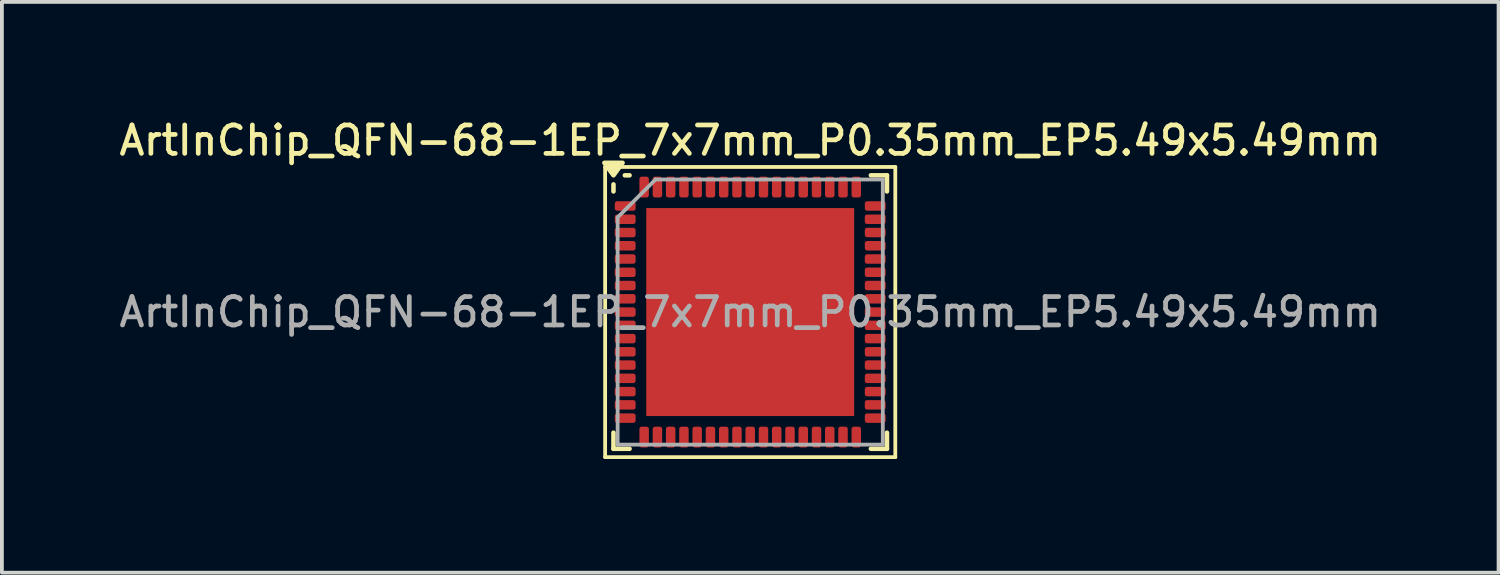
<source format=kicad_pcb>
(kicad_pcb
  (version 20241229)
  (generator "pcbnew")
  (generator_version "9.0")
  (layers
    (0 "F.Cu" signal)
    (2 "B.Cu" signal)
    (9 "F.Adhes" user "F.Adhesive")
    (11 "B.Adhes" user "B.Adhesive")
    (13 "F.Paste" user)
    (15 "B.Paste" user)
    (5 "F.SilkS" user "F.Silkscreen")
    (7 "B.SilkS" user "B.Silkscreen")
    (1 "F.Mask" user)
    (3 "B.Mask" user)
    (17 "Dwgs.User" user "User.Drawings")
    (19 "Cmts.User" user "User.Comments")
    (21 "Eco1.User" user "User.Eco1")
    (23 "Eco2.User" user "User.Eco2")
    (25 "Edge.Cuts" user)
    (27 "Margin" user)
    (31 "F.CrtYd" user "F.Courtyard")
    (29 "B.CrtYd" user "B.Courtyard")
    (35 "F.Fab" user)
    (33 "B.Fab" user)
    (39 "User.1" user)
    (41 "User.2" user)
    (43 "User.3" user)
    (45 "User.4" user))
  (footprint "ArtInChip_QFN-68-1EP_7x7mm_P0.35mm_EP5.49x5.49mm"
    (layer "F.Cu")
    (at 16.755 5.188)
    (property "Reference" "ArtInChip_QFN-68-1EP_7x7mm_P0.35mm_EP5.49x5.49mm" (at 0 -4.53 0) (layer "F.SilkS") (effects (font (size 0.75 0.75) (thickness 0.125))))
    (attr smd)
    (fp_line (start -3.83 -3.83) (end -3.83 3.83) (stroke (width 0.1) (type solid)) (layer "F.SilkS"))
    (fp_line (start -3.83 3.83) (end 3.83 3.83) (stroke (width 0.1) (type solid)) (layer "F.SilkS"))
    (fp_line (start -3.61 -3.185) (end -3.61 -3.37) (stroke (width 0.12) (type solid)) (layer "F.SilkS"))
    (fp_line (start -3.61 3.61) (end -3.61 3.185) (stroke (width 0.12) (type solid)) (layer "F.SilkS"))
    (fp_line (start -3.185 -3.61) (end -3.31 -3.61) (stroke (width 0.12) (type solid)) (layer "F.SilkS"))
    (fp_line (start -3.185 3.61) (end -3.61 3.61) (stroke (width 0.12) (type solid)) (layer "F.SilkS"))
    (fp_line (start 3.185 -3.61) (end 3.61 -3.61) (stroke (width 0.12) (type solid)) (layer "F.SilkS"))
    (fp_line (start 3.185 3.61) (end 3.61 3.61) (stroke (width 0.12) (type solid)) (layer "F.SilkS"))
    (fp_line (start 3.61 -3.61) (end 3.61 -3.185) (stroke (width 0.12) (type solid)) (layer "F.SilkS"))
    (fp_line (start 3.61 3.61) (end 3.61 3.185) (stroke (width 0.12) (type solid)) (layer "F.SilkS"))
    (fp_line (start 3.83 -3.83) (end -3.83 -3.83) (stroke (width 0.1) (type solid)) (layer "F.SilkS"))
    (fp_line (start 3.83 3.83) (end 3.83 -3.83) (stroke (width 0.1) (type solid)) (layer "F.SilkS"))
    (fp_poly (pts (xy -3.61 -3.61) (xy -3.85 -3.94) (xy -3.37 -3.94) (xy -3.61 -3.61)) (stroke (width 0.12) (type solid)) (fill yes) (layer "F.SilkS"))
    (fp_line (start -3.5 -2.5) (end -2.5 -3.5) (stroke (width 0.1) (type solid)) (layer "F.Fab"))
    (fp_line (start -3.5 3.5) (end -3.5 -2.5) (stroke (width 0.1) (type solid)) (layer "F.Fab"))
    (fp_line (start -2.5 -3.5) (end 3.5 -3.5) (stroke (width 0.1) (type solid)) (layer "F.Fab"))
    (fp_line (start 3.5 -3.5) (end 3.5 3.5) (stroke (width 0.1) (type solid)) (layer "F.Fab"))
    (fp_line (start 3.5 3.5) (end -3.5 3.5) (stroke (width 0.1) (type solid)) (layer "F.Fab"))
    (fp_text user "${REFERENCE}" (at 0 0 0) (layer "F.Fab") (effects (font (size 0.75 0.75) (thickness 0.125))))
    (pad "" smd roundrect (at -1.83 -1.83) (size 1.48 1.48) (layers "F.Paste") (roundrect_rratio 0.169))
    (pad "" smd roundrect (at -1.83 0) (size 1.48 1.48) (layers "F.Paste") (roundrect_rratio 0.169))
    (pad "" smd roundrect (at -1.83 1.83) (size 1.48 1.48) (layers "F.Paste") (roundrect_rratio 0.169))
    (pad "" smd roundrect (at 0 -1.83) (size 1.48 1.48) (layers "F.Paste") (roundrect_rratio 0.169))
    (pad "" smd roundrect (at 0 0) (size 1.48 1.48) (layers "F.Paste") (roundrect_rratio 0.169))
    (pad "" smd roundrect (at 0 1.83) (size 1.48 1.48) (layers "F.Paste") (roundrect_rratio 0.169))
    (pad "" smd roundrect (at 1.83 -1.83) (size 1.48 1.48) (layers "F.Paste") (roundrect_rratio 0.169))
    (pad "" smd roundrect (at 1.83 0) (size 1.48 1.48) (layers "F.Paste") (roundrect_rratio 0.169))
    (pad "" smd roundrect (at 1.83 1.83) (size 1.48 1.48) (layers "F.Paste") (roundrect_rratio 0.169))
    (pad "1" smd roundrect (at -3.3 -2.8) (size 0.55 0.25) (layers "F.Cu" "F.Mask" "F.Paste") (roundrect_rratio 0.25))
    (pad "2" smd roundrect (at -3.3 -2.45) (size 0.55 0.25) (layers "F.Cu" "F.Mask" "F.Paste") (roundrect_rratio 0.25))
    (pad "3" smd roundrect (at -3.3 -2.1) (size 0.55 0.25) (layers "F.Cu" "F.Mask" "F.Paste") (roundrect_rratio 0.25))
    (pad "4" smd roundrect (at -3.3 -1.75) (size 0.55 0.25) (layers "F.Cu" "F.Mask" "F.Paste") (roundrect_rratio 0.25))
    (pad "5" smd roundrect (at -3.3 -1.4) (size 0.55 0.25) (layers "F.Cu" "F.Mask" "F.Paste") (roundrect_rratio 0.25))
    (pad "6" smd roundrect (at -3.3 -1.05) (size 0.55 0.25) (layers "F.Cu" "F.Mask" "F.Paste") (roundrect_rratio 0.25))
    (pad "7" smd roundrect (at -3.3 -0.7) (size 0.55 0.25) (layers "F.Cu" "F.Mask" "F.Paste") (roundrect_rratio 0.25))
    (pad "8" smd roundrect (at -3.3 -0.35) (size 0.55 0.25) (layers "F.Cu" "F.Mask" "F.Paste") (roundrect_rratio 0.25))
    (pad "9" smd roundrect (at -3.3 0) (size 0.55 0.25) (layers "F.Cu" "F.Mask" "F.Paste") (roundrect_rratio 0.25))
    (pad "10" smd roundrect (at -3.3 0.35) (size 0.55 0.25) (layers "F.Cu" "F.Mask" "F.Paste") (roundrect_rratio 0.25))
    (pad "11" smd roundrect (at -3.3 0.7) (size 0.55 0.25) (layers "F.Cu" "F.Mask" "F.Paste") (roundrect_rratio 0.25))
    (pad "12" smd roundrect (at -3.3 1.05) (size 0.55 0.25) (layers "F.Cu" "F.Mask" "F.Paste") (roundrect_rratio 0.25))
    (pad "13" smd roundrect (at -3.3 1.4) (size 0.55 0.25) (layers "F.Cu" "F.Mask" "F.Paste") (roundrect_rratio 0.25))
    (pad "14" smd roundrect (at -3.3 1.75) (size 0.55 0.25) (layers "F.Cu" "F.Mask" "F.Paste") (roundrect_rratio 0.25))
    (pad "15" smd roundrect (at -3.3 2.1) (size 0.55 0.25) (layers "F.Cu" "F.Mask" "F.Paste") (roundrect_rratio 0.25))
    (pad "16" smd roundrect (at -3.3 2.45) (size 0.55 0.25) (layers "F.Cu" "F.Mask" "F.Paste") (roundrect_rratio 0.25))
    (pad "17" smd roundrect (at -3.3 2.8) (size 0.55 0.25) (layers "F.Cu" "F.Mask" "F.Paste") (roundrect_rratio 0.25))
    (pad "18" smd roundrect (at -2.8 3.3) (size 0.25 0.55) (layers "F.Cu" "F.Mask" "F.Paste") (roundrect_rratio 0.25))
    (pad "19" smd roundrect (at -2.45 3.3) (size 0.25 0.55) (layers "F.Cu" "F.Mask" "F.Paste") (roundrect_rratio 0.25))
    (pad "20" smd roundrect (at -2.1 3.3) (size 0.25 0.55) (layers "F.Cu" "F.Mask" "F.Paste") (roundrect_rratio 0.25))
    (pad "21" smd roundrect (at -1.75 3.3) (size 0.25 0.55) (layers "F.Cu" "F.Mask" "F.Paste") (roundrect_rratio 0.25))
    (pad "22" smd roundrect (at -1.4 3.3) (size 0.25 0.55) (layers "F.Cu" "F.Mask" "F.Paste") (roundrect_rratio 0.25))
    (pad "23" smd roundrect (at -1.05 3.3) (size 0.25 0.55) (layers "F.Cu" "F.Mask" "F.Paste") (roundrect_rratio 0.25))
    (pad "24" smd roundrect (at -0.7 3.3) (size 0.25 0.55) (layers "F.Cu" "F.Mask" "F.Paste") (roundrect_rratio 0.25))
    (pad "25" smd roundrect (at -0.35 3.3) (size 0.25 0.55) (layers "F.Cu" "F.Mask" "F.Paste") (roundrect_rratio 0.25))
    (pad "26" smd roundrect (at 0 3.3) (size 0.25 0.55) (layers "F.Cu" "F.Mask" "F.Paste") (roundrect_rratio 0.25))
    (pad "27" smd roundrect (at 0.35 3.3) (size 0.25 0.55) (layers "F.Cu" "F.Mask" "F.Paste") (roundrect_rratio 0.25))
    (pad "28" smd roundrect (at 0.7 3.3) (size 0.25 0.55) (layers "F.Cu" "F.Mask" "F.Paste") (roundrect_rratio 0.25))
    (pad "29" smd roundrect (at 1.05 3.3) (size 0.25 0.55) (layers "F.Cu" "F.Mask" "F.Paste") (roundrect_rratio 0.25))
    (pad "30" smd roundrect (at 1.4 3.3) (size 0.25 0.55) (layers "F.Cu" "F.Mask" "F.Paste") (roundrect_rratio 0.25))
    (pad "31" smd roundrect (at 1.75 3.3) (size 0.25 0.55) (layers "F.Cu" "F.Mask" "F.Paste") (roundrect_rratio 0.25))
    (pad "32" smd roundrect (at 2.1 3.3) (size 0.25 0.55) (layers "F.Cu" "F.Mask" "F.Paste") (roundrect_rratio 0.25))
    (pad "33" smd roundrect (at 2.45 3.3) (size 0.25 0.55) (layers "F.Cu" "F.Mask" "F.Paste") (roundrect_rratio 0.25))
    (pad "34" smd roundrect (at 2.8 3.3) (size 0.25 0.55) (layers "F.Cu" "F.Mask" "F.Paste") (roundrect_rratio 0.25))
    (pad "35" smd roundrect (at 3.3 2.8) (size 0.55 0.25) (layers "F.Cu" "F.Mask" "F.Paste") (roundrect_rratio 0.25))
    (pad "36" smd roundrect (at 3.3 2.45) (size 0.55 0.25) (layers "F.Cu" "F.Mask" "F.Paste") (roundrect_rratio 0.25))
    (pad "37" smd roundrect (at 3.3 2.1) (size 0.55 0.25) (layers "F.Cu" "F.Mask" "F.Paste") (roundrect_rratio 0.25))
    (pad "38" smd roundrect (at 3.3 1.75) (size 0.55 0.25) (layers "F.Cu" "F.Mask" "F.Paste") (roundrect_rratio 0.25))
    (pad "39" smd roundrect (at 3.3 1.4) (size 0.55 0.25) (layers "F.Cu" "F.Mask" "F.Paste") (roundrect_rratio 0.25))
    (pad "40" smd roundrect (at 3.3 1.05) (size 0.55 0.25) (layers "F.Cu" "F.Mask" "F.Paste") (roundrect_rratio 0.25))
    (pad "41" smd roundrect (at 3.3 0.7) (size 0.55 0.25) (layers "F.Cu" "F.Mask" "F.Paste") (roundrect_rratio 0.25))
    (pad "42" smd roundrect (at 3.3 0.35) (size 0.55 0.25) (layers "F.Cu" "F.Mask" "F.Paste") (roundrect_rratio 0.25))
    (pad "43" smd roundrect (at 3.3 0) (size 0.55 0.25) (layers "F.Cu" "F.Mask" "F.Paste") (roundrect_rratio 0.25))
    (pad "44" smd roundrect (at 3.3 -0.35) (size 0.55 0.25) (layers "F.Cu" "F.Mask" "F.Paste") (roundrect_rratio 0.25))
    (pad "45" smd roundrect (at 3.3 -0.7) (size 0.55 0.25) (layers "F.Cu" "F.Mask" "F.Paste") (roundrect_rratio 0.25))
    (pad "46" smd roundrect (at 3.3 -1.05) (size 0.55 0.25) (layers "F.Cu" "F.Mask" "F.Paste") (roundrect_rratio 0.25))
    (pad "47" smd roundrect (at 3.3 -1.4) (size 0.55 0.25) (layers "F.Cu" "F.Mask" "F.Paste") (roundrect_rratio 0.25))
    (pad "48" smd roundrect (at 3.3 -1.75) (size 0.55 0.25) (layers "F.Cu" "F.Mask" "F.Paste") (roundrect_rratio 0.25))
    (pad "49" smd roundrect (at 3.3 -2.1) (size 0.55 0.25) (layers "F.Cu" "F.Mask" "F.Paste") (roundrect_rratio 0.25))
    (pad "50" smd roundrect (at 3.3 -2.45) (size 0.55 0.25) (layers "F.Cu" "F.Mask" "F.Paste") (roundrect_rratio 0.25))
    (pad "51" smd roundrect (at 3.3 -2.8) (size 0.55 0.25) (layers "F.Cu" "F.Mask" "F.Paste") (roundrect_rratio 0.25))
    (pad "52" smd roundrect (at 2.8 -3.3) (size 0.25 0.55) (layers "F.Cu" "F.Mask" "F.Paste") (roundrect_rratio 0.25))
    (pad "53" smd roundrect (at 2.45 -3.3) (size 0.25 0.55) (layers "F.Cu" "F.Mask" "F.Paste") (roundrect_rratio 0.25))
    (pad "54" smd roundrect (at 2.1 -3.3) (size 0.25 0.55) (layers "F.Cu" "F.Mask" "F.Paste") (roundrect_rratio 0.25))
    (pad "55" smd roundrect (at 1.75 -3.3) (size 0.25 0.55) (layers "F.Cu" "F.Mask" "F.Paste") (roundrect_rratio 0.25))
    (pad "56" smd roundrect (at 1.4 -3.3) (size 0.25 0.55) (layers "F.Cu" "F.Mask" "F.Paste") (roundrect_rratio 0.25))
    (pad "57" smd roundrect (at 1.05 -3.3) (size 0.25 0.55) (layers "F.Cu" "F.Mask" "F.Paste") (roundrect_rratio 0.25))
    (pad "58" smd roundrect (at 0.7 -3.3) (size 0.25 0.55) (layers "F.Cu" "F.Mask" "F.Paste") (roundrect_rratio 0.25))
    (pad "59" smd roundrect (at 0.35 -3.3) (size 0.25 0.55) (layers "F.Cu" "F.Mask" "F.Paste") (roundrect_rratio 0.25))
    (pad "60" smd roundrect (at 0 -3.3) (size 0.25 0.55) (layers "F.Cu" "F.Mask" "F.Paste") (roundrect_rratio 0.25))
    (pad "61" smd roundrect (at -0.35 -3.3) (size 0.25 0.55) (layers "F.Cu" "F.Mask" "F.Paste") (roundrect_rratio 0.25))
    (pad "62" smd roundrect (at -0.7 -3.3) (size 0.25 0.55) (layers "F.Cu" "F.Mask" "F.Paste") (roundrect_rratio 0.25))
    (pad "63" smd roundrect (at -1.05 -3.3) (size 0.25 0.55) (layers "F.Cu" "F.Mask" "F.Paste") (roundrect_rratio 0.25))
    (pad "64" smd roundrect (at -1.4 -3.3) (size 0.25 0.55) (layers "F.Cu" "F.Mask" "F.Paste") (roundrect_rratio 0.25))
    (pad "65" smd roundrect (at -1.75 -3.3) (size 0.25 0.55) (layers "F.Cu" "F.Mask" "F.Paste") (roundrect_rratio 0.25))
    (pad "66" smd roundrect (at -2.1 -3.3) (size 0.25 0.55) (layers "F.Cu" "F.Mask" "F.Paste") (roundrect_rratio 0.25))
    (pad "67" smd roundrect (at -2.45 -3.3) (size 0.25 0.55) (layers "F.Cu" "F.Mask" "F.Paste") (roundrect_rratio 0.25))
    (pad "68" smd roundrect (at -2.8 -3.3) (size 0.25 0.55) (layers "F.Cu" "F.Mask" "F.Paste") (roundrect_rratio 0.25))
    (pad "69" smd rect (at 0 0) (size 5.49 5.49) (property pad_prop_heatsink) (layers "F.Cu" "F.Mask")))
  (gr_rect
    (start -3 -3)
    (end 36.511 12.068)
    (stroke (width 0.1) (type default))
    (fill no)
    (layer "Edge.Cuts")))
</source>
